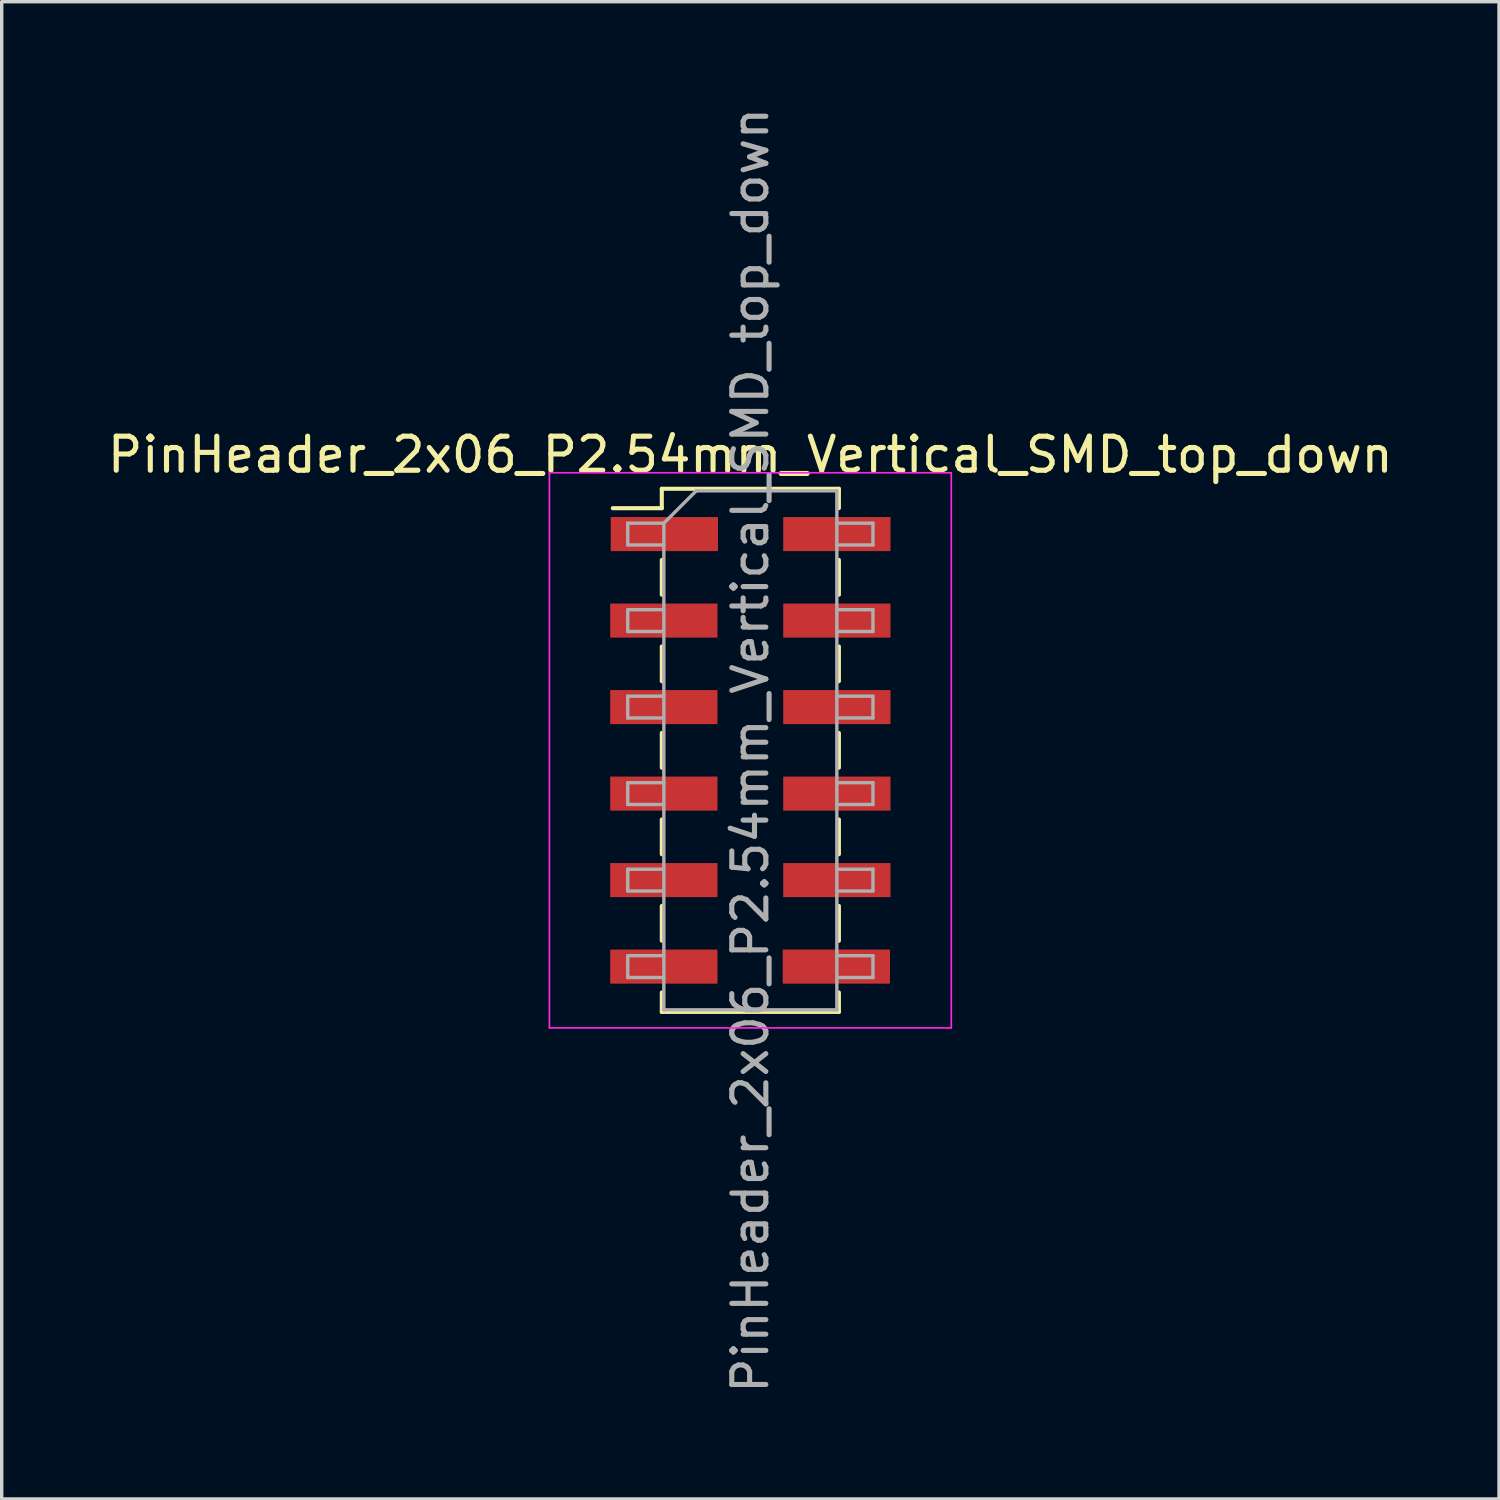
<source format=kicad_pcb>
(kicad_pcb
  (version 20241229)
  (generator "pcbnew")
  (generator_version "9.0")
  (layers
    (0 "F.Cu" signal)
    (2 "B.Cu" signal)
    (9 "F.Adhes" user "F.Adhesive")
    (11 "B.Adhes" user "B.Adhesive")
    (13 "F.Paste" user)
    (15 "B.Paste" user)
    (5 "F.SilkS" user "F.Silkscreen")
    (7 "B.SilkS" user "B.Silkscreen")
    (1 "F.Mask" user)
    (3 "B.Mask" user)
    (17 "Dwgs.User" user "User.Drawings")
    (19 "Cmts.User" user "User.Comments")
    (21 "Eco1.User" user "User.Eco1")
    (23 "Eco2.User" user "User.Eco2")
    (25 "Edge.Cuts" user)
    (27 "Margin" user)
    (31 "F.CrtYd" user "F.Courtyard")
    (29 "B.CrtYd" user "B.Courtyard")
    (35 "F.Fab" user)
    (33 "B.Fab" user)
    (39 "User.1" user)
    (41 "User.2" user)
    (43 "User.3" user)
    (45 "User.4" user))
  (footprint "PinHeader_2x06_P2.54mm_Vertical_SMD_top_down"
    (layer "F.Cu")
    (at 18.982 18.982)
    (property "Reference" "PinHeader_2x06_P2.54mm_Vertical_SMD_top_down" (at 0 -8.68 0) (layer "F.SilkS") (effects (font (size 1 1) (thickness 0.15))))
    (attr smd)
    (fp_line (start -4.04 -7.11) (end -2.6 -7.11) (stroke (width 0.12) (type solid)) (layer "F.SilkS"))
    (fp_line (start -2.6 -7.68) (end -2.6 -7.11) (stroke (width 0.12) (type solid)) (layer "F.SilkS"))
    (fp_line (start -2.6 -7.68) (end 2.6 -7.68) (stroke (width 0.12) (type solid)) (layer "F.SilkS"))
    (fp_line (start -2.6 -5.59) (end -2.6 -4.57) (stroke (width 0.12) (type solid)) (layer "F.SilkS"))
    (fp_line (start -2.6 -3.05) (end -2.6 -2.03) (stroke (width 0.12) (type solid)) (layer "F.SilkS"))
    (fp_line (start -2.6 -0.51) (end -2.6 0.51) (stroke (width 0.12) (type solid)) (layer "F.SilkS"))
    (fp_line (start -2.6 2.03) (end -2.6 3.05) (stroke (width 0.12) (type solid)) (layer "F.SilkS"))
    (fp_line (start -2.6 4.57) (end -2.6 5.59) (stroke (width 0.12) (type solid)) (layer "F.SilkS"))
    (fp_line (start -2.6 7.11) (end -2.6 7.68) (stroke (width 0.12) (type solid)) (layer "F.SilkS"))
    (fp_line (start -2.6 7.68) (end 2.6 7.68) (stroke (width 0.12) (type solid)) (layer "F.SilkS"))
    (fp_line (start 2.6 -7.68) (end 2.6 -7.11) (stroke (width 0.12) (type solid)) (layer "F.SilkS"))
    (fp_line (start 2.6 -5.59) (end 2.6 -4.57) (stroke (width 0.12) (type solid)) (layer "F.SilkS"))
    (fp_line (start 2.6 -3.05) (end 2.6 -2.03) (stroke (width 0.12) (type solid)) (layer "F.SilkS"))
    (fp_line (start 2.6 -0.51) (end 2.6 0.51) (stroke (width 0.12) (type solid)) (layer "F.SilkS"))
    (fp_line (start 2.6 2.03) (end 2.6 3.05) (stroke (width 0.12) (type solid)) (layer "F.SilkS"))
    (fp_line (start 2.6 4.57) (end 2.6 5.59) (stroke (width 0.12) (type solid)) (layer "F.SilkS"))
    (fp_line (start 2.6 7.11) (end 2.6 7.68) (stroke (width 0.12) (type solid)) (layer "F.SilkS"))
    (fp_line (start -5.9 -8.15) (end -5.9 8.15) (stroke (width 0.05) (type solid)) (layer "F.CrtYd"))
    (fp_line (start -5.9 8.15) (end 5.9 8.15) (stroke (width 0.05) (type solid)) (layer "F.CrtYd"))
    (fp_line (start 5.9 -8.15) (end -5.9 -8.15) (stroke (width 0.05) (type solid)) (layer "F.CrtYd"))
    (fp_line (start 5.9 8.15) (end 5.9 -8.15) (stroke (width 0.05) (type solid)) (layer "F.CrtYd"))
    (fp_line (start -3.6 -6.67) (end -3.6 -6.03) (stroke (width 0.1) (type solid)) (layer "F.Fab"))
    (fp_line (start -3.6 -6.03) (end -2.54 -6.03) (stroke (width 0.1) (type solid)) (layer "F.Fab"))
    (fp_line (start -3.6 -4.13) (end -3.6 -3.49) (stroke (width 0.1) (type solid)) (layer "F.Fab"))
    (fp_line (start -3.6 -3.49) (end -2.54 -3.49) (stroke (width 0.1) (type solid)) (layer "F.Fab"))
    (fp_line (start -3.6 -1.59) (end -3.6 -0.95) (stroke (width 0.1) (type solid)) (layer "F.Fab"))
    (fp_line (start -3.6 -0.95) (end -2.54 -0.95) (stroke (width 0.1) (type solid)) (layer "F.Fab"))
    (fp_line (start -3.6 0.95) (end -3.6 1.59) (stroke (width 0.1) (type solid)) (layer "F.Fab"))
    (fp_line (start -3.6 1.59) (end -2.54 1.59) (stroke (width 0.1) (type solid)) (layer "F.Fab"))
    (fp_line (start -3.6 3.49) (end -3.6 4.13) (stroke (width 0.1) (type solid)) (layer "F.Fab"))
    (fp_line (start -3.6 4.13) (end -2.54 4.13) (stroke (width 0.1) (type solid)) (layer "F.Fab"))
    (fp_line (start -3.6 6.03) (end -3.6 6.67) (stroke (width 0.1) (type solid)) (layer "F.Fab"))
    (fp_line (start -3.6 6.67) (end -2.54 6.67) (stroke (width 0.1) (type solid)) (layer "F.Fab"))
    (fp_line (start -2.54 -6.67) (end -3.6 -6.67) (stroke (width 0.1) (type solid)) (layer "F.Fab"))
    (fp_line (start -2.54 -6.67) (end -1.59 -7.62) (stroke (width 0.1) (type solid)) (layer "F.Fab"))
    (fp_line (start -2.54 -4.13) (end -3.6 -4.13) (stroke (width 0.1) (type solid)) (layer "F.Fab"))
    (fp_line (start -2.54 -1.59) (end -3.6 -1.59) (stroke (width 0.1) (type solid)) (layer "F.Fab"))
    (fp_line (start -2.54 0.95) (end -3.6 0.95) (stroke (width 0.1) (type solid)) (layer "F.Fab"))
    (fp_line (start -2.54 3.49) (end -3.6 3.49) (stroke (width 0.1) (type solid)) (layer "F.Fab"))
    (fp_line (start -2.54 6.03) (end -3.6 6.03) (stroke (width 0.1) (type solid)) (layer "F.Fab"))
    (fp_line (start -2.54 7.62) (end -2.54 -6.67) (stroke (width 0.1) (type solid)) (layer "F.Fab"))
    (fp_line (start -1.59 -7.62) (end 2.54 -7.62) (stroke (width 0.1) (type solid)) (layer "F.Fab"))
    (fp_line (start 2.54 -7.62) (end 2.54 7.62) (stroke (width 0.1) (type solid)) (layer "F.Fab"))
    (fp_line (start 2.54 -6.67) (end 3.6 -6.67) (stroke (width 0.1) (type solid)) (layer "F.Fab"))
    (fp_line (start 2.54 -4.13) (end 3.6 -4.13) (stroke (width 0.1) (type solid)) (layer "F.Fab"))
    (fp_line (start 2.54 -1.59) (end 3.6 -1.59) (stroke (width 0.1) (type solid)) (layer "F.Fab"))
    (fp_line (start 2.54 0.95) (end 3.6 0.95) (stroke (width 0.1) (type solid)) (layer "F.Fab"))
    (fp_line (start 2.54 3.49) (end 3.6 3.49) (stroke (width 0.1) (type solid)) (layer "F.Fab"))
    (fp_line (start 2.54 6.03) (end 3.6 6.03) (stroke (width 0.1) (type solid)) (layer "F.Fab"))
    (fp_line (start 2.54 7.62) (end -2.54 7.62) (stroke (width 0.1) (type solid)) (layer "F.Fab"))
    (fp_line (start 3.6 -6.67) (end 3.6 -6.03) (stroke (width 0.1) (type solid)) (layer "F.Fab"))
    (fp_line (start 3.6 -6.03) (end 2.54 -6.03) (stroke (width 0.1) (type solid)) (layer "F.Fab"))
    (fp_line (start 3.6 -4.13) (end 3.6 -3.49) (stroke (width 0.1) (type solid)) (layer "F.Fab"))
    (fp_line (start 3.6 -3.49) (end 2.54 -3.49) (stroke (width 0.1) (type solid)) (layer "F.Fab"))
    (fp_line (start 3.6 -1.59) (end 3.6 -0.95) (stroke (width 0.1) (type solid)) (layer "F.Fab"))
    (fp_line (start 3.6 -0.95) (end 2.54 -0.95) (stroke (width 0.1) (type solid)) (layer "F.Fab"))
    (fp_line (start 3.6 0.95) (end 3.6 1.59) (stroke (width 0.1) (type solid)) (layer "F.Fab"))
    (fp_line (start 3.6 1.59) (end 2.54 1.59) (stroke (width 0.1) (type solid)) (layer "F.Fab"))
    (fp_line (start 3.6 3.49) (end 3.6 4.13) (stroke (width 0.1) (type solid)) (layer "F.Fab"))
    (fp_line (start 3.6 4.13) (end 2.54 4.13) (stroke (width 0.1) (type solid)) (layer "F.Fab"))
    (fp_line (start 3.6 6.03) (end 3.6 6.67) (stroke (width 0.1) (type solid)) (layer "F.Fab"))
    (fp_line (start 3.6 6.67) (end 2.54 6.67) (stroke (width 0.1) (type solid)) (layer "F.Fab"))
    (fp_text user "${REFERENCE}" (at 0 0 90) (layer "F.Fab") (effects (font (size 1 1) (thickness 0.15))))
    (pad "1" smd rect (at -2.525 -6.35) (size 3.15 1) (layers "F.Cu" "F.Mask" "F.Paste"))
    (pad "2" smd rect (at -2.54 -3.81) (size 3.15 1) (layers "F.Cu" "F.Mask" "F.Paste"))
    (pad "3" smd rect (at -2.54 -1.27) (size 3.15 1) (layers "F.Cu" "F.Mask" "F.Paste"))
    (pad "4" smd rect (at -2.54 1.27) (size 3.15 1) (layers "F.Cu" "F.Mask" "F.Paste"))
    (pad "5" smd rect (at -2.54 3.81) (size 3.15 1) (layers "F.Cu" "F.Mask" "F.Paste"))
    (pad "6" smd rect (at -2.54 6.35) (size 3.15 1) (layers "F.Cu" "F.Mask" "F.Paste"))
    (pad "7" smd rect (at 2.54 -6.35) (size 3.15 1) (layers "F.Cu" "F.Mask" "F.Paste"))
    (pad "8" smd rect (at 2.54 -3.81) (size 3.15 1) (layers "F.Cu" "F.Mask" "F.Paste"))
    (pad "9" smd rect (at 2.54 -1.27) (size 3.15 1) (layers "F.Cu" "F.Mask" "F.Paste"))
    (pad "10" smd rect (at 2.54 1.27) (size 3.15 1) (layers "F.Cu" "F.Mask" "F.Paste"))
    (pad "11" smd rect (at 2.54 3.81) (size 3.15 1) (layers "F.Cu" "F.Mask" "F.Paste"))
    (pad "12" smd rect (at 2.525 6.35) (size 3.15 1) (layers "F.Cu" "F.Mask" "F.Paste")))
  (gr_rect
    (start -3 -3)
    (end 40.964 40.964)
    (stroke (width 0.1) (type default))
    (fill no)
    (layer "Edge.Cuts")))
</source>
